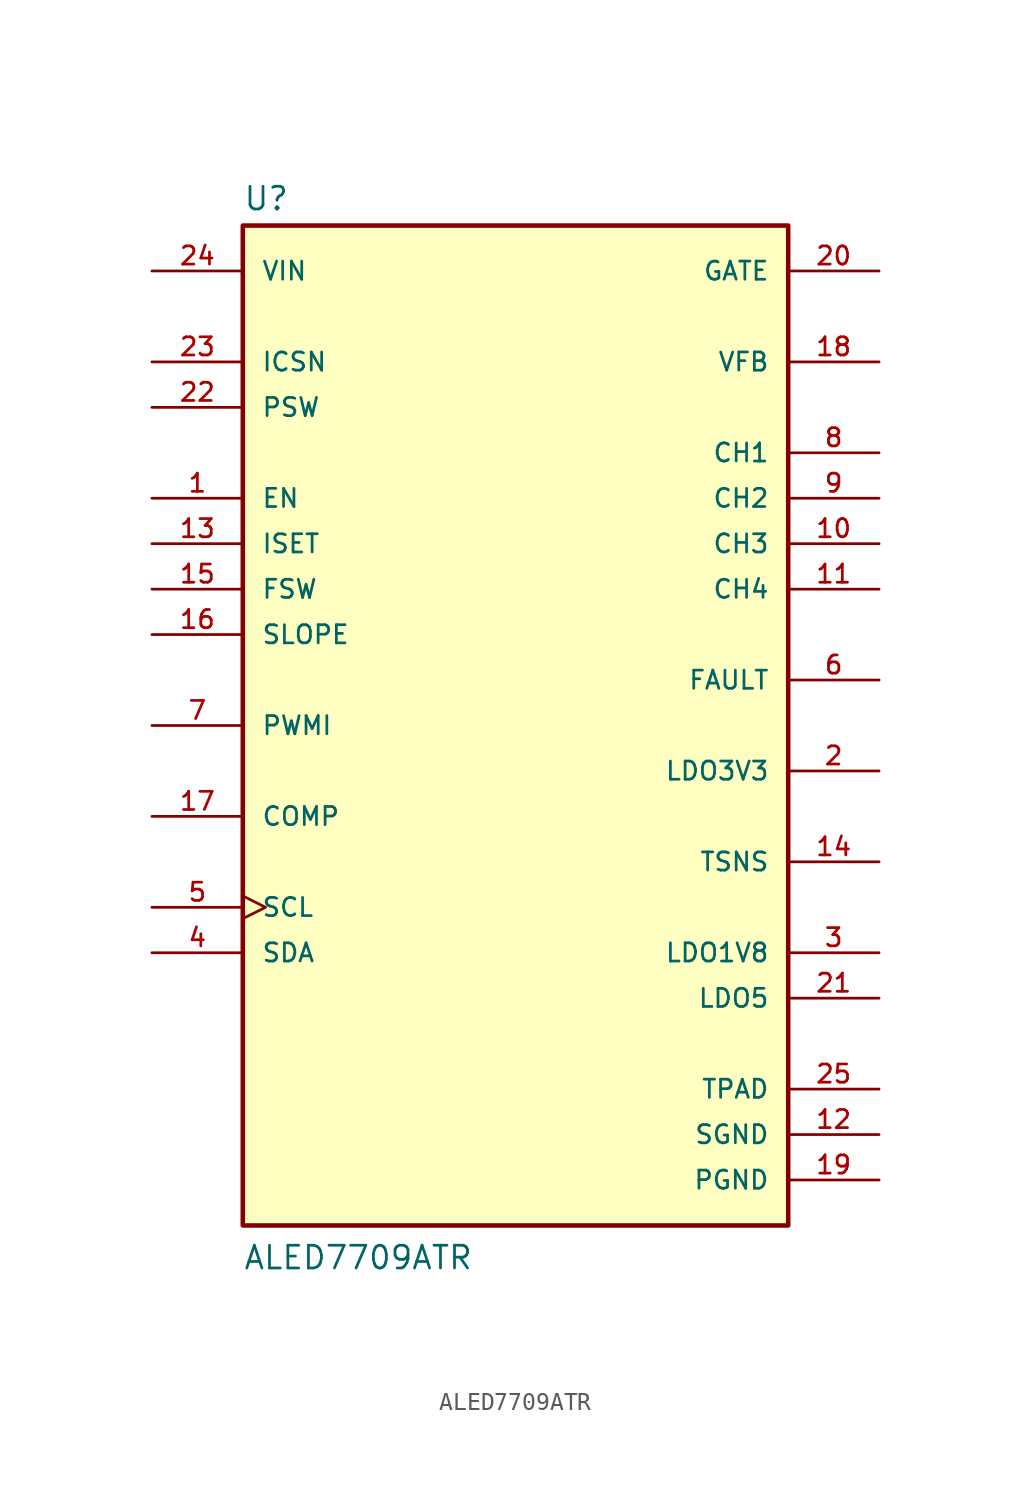
<source format=kicad_sym>
(kicad_symbol_lib
  (version 20211014)
  (generator kicad_symbol_editor)
  (symbol "ALED7709ATR"
    (pin_names
      (offset 1.016))
    (property "Reference" "U"
      (at -15.24 28.702 0)
      (effects (font (size 1.27 1.27)) (justify bottom left)))
    (property "Value" "ALED7709ATR"
      (at -15.24 -30.48 0)
      (effects (font (size 1.27 1.27)) (justify bottom left)))
    (symbol "ALED7709ATR_0_0"
      (rectangle (start -15.24 -27.94) (end 15.24 27.94) (stroke (width 0.254)) (fill (type background)))
      (pin input line (at -20.32 12.7 0) (length 5.08) (name "EN" (effects (font (size 1.016 1.016)))) (number "1" (effects (font (size 1.016 1.016)))))
      (pin passive line (at 20.32 -2.54 180.0) (length 5.08) (name "LDO3V3" (effects (font (size 1.016 1.016)))) (number "2" (effects (font (size 1.016 1.016)))))
      (pin passive line (at 20.32 -12.7 180.0) (length 5.08) (name "LDO1V8" (effects (font (size 1.016 1.016)))) (number "3" (effects (font (size 1.016 1.016)))))
      (pin bidirectional line (at -20.32 -12.7 0) (length 5.08) (name "SDA" (effects (font (size 1.016 1.016)))) (number "4" (effects (font (size 1.016 1.016)))))
      (pin input clock (at -20.32 -10.16 0) (length 5.08) (name "SCL" (effects (font (size 1.016 1.016)))) (number "5" (effects (font (size 1.016 1.016)))))
      (pin input line (at -20.32 0.0 0) (length 5.08) (name "PWMI" (effects (font (size 1.016 1.016)))) (number "7" (effects (font (size 1.016 1.016)))))
      (pin output line (at 20.32 2.54 180.0) (length 5.08) (name "FAULT" (effects (font (size 1.016 1.016)))) (number "6" (effects (font (size 1.016 1.016)))))
      (pin output line (at 20.32 15.24 180.0) (length 5.08) (name "CH1" (effects (font (size 1.016 1.016)))) (number "8" (effects (font (size 1.016 1.016)))))
      (pin power_in line (at 20.32 -22.86 180.0) (length 5.08) (name "SGND" (effects (font (size 1.016 1.016)))) (number "12" (effects (font (size 1.016 1.016)))))
      (pin input line (at -20.32 10.16 0) (length 5.08) (name "ISET" (effects (font (size 1.016 1.016)))) (number "13" (effects (font (size 1.016 1.016)))))
      (pin input line (at 20.32 -7.62 180.0) (length 5.08) (name "TSNS" (effects (font (size 1.016 1.016)))) (number "14" (effects (font (size 1.016 1.016)))))
      (pin input line (at -20.32 7.62 0) (length 5.08) (name "FSW" (effects (font (size 1.016 1.016)))) (number "15" (effects (font (size 1.016 1.016)))))
      (pin passive line (at -20.32 -5.08 0) (length 5.08) (name "COMP" (effects (font (size 1.016 1.016)))) (number "17" (effects (font (size 1.016 1.016)))))
      (pin input line (at -20.32 5.08 0) (length 5.08) (name "SLOPE" (effects (font (size 1.016 1.016)))) (number "16" (effects (font (size 1.016 1.016)))))
      (pin input line (at 20.32 20.32 180.0) (length 5.08) (name "VFB" (effects (font (size 1.016 1.016)))) (number "18" (effects (font (size 1.016 1.016)))))
      (pin power_in line (at 20.32 -25.4 180.0) (length 5.08) (name "PGND" (effects (font (size 1.016 1.016)))) (number "19" (effects (font (size 1.016 1.016)))))
      (pin output line (at 20.32 25.4 180.0) (length 5.08) (name "GATE" (effects (font (size 1.016 1.016)))) (number "20" (effects (font (size 1.016 1.016)))))
      (pin passive line (at 20.32 -15.24 180.0) (length 5.08) (name "LDO5" (effects (font (size 1.016 1.016)))) (number "21" (effects (font (size 1.016 1.016)))))
      (pin output line (at 20.32 12.7 180.0) (length 5.08) (name "CH2" (effects (font (size 1.016 1.016)))) (number "9" (effects (font (size 1.016 1.016)))))
      (pin output line (at 20.32 10.16 180.0) (length 5.08) (name "CH3" (effects (font (size 1.016 1.016)))) (number "10" (effects (font (size 1.016 1.016)))))
      (pin output line (at 20.32 7.62 180.0) (length 5.08) (name "CH4" (effects (font (size 1.016 1.016)))) (number "11" (effects (font (size 1.016 1.016)))))
      (pin passive line (at -20.32 17.78 0) (length 5.08) (name "PSW" (effects (font (size 1.016 1.016)))) (number "22" (effects (font (size 1.016 1.016)))))
      (pin passive line (at -20.32 20.32 0) (length 5.08) (name "ICSN" (effects (font (size 1.016 1.016)))) (number "23" (effects (font (size 1.016 1.016)))))
      (pin input line (at -20.32 25.4 0) (length 5.08) (name "VIN" (effects (font (size 1.016 1.016)))) (number "24" (effects (font (size 1.016 1.016)))))
      (pin passive line (at 20.32 -20.32 180.0) (length 5.08) (name "TPAD" (effects (font (size 1.016 1.016)))) (number "25" (effects (font (size 1.016 1.016))))))))
</source>
